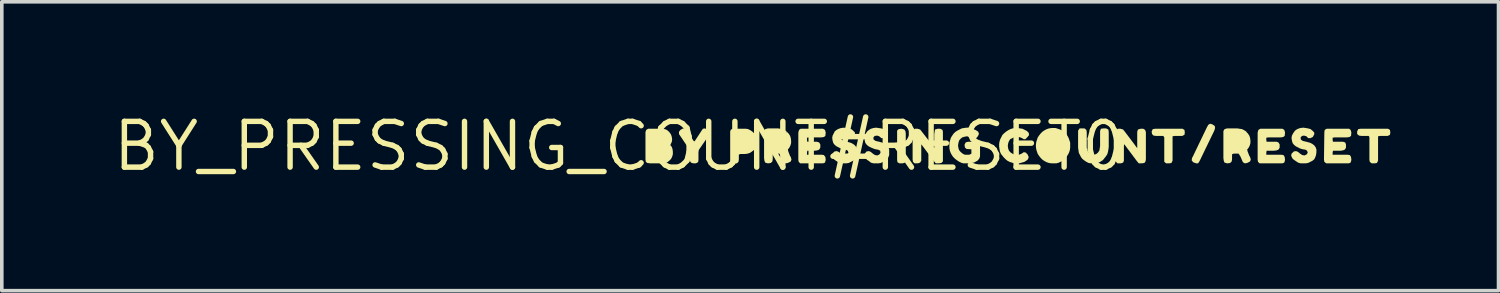
<source format=kicad_pcb>
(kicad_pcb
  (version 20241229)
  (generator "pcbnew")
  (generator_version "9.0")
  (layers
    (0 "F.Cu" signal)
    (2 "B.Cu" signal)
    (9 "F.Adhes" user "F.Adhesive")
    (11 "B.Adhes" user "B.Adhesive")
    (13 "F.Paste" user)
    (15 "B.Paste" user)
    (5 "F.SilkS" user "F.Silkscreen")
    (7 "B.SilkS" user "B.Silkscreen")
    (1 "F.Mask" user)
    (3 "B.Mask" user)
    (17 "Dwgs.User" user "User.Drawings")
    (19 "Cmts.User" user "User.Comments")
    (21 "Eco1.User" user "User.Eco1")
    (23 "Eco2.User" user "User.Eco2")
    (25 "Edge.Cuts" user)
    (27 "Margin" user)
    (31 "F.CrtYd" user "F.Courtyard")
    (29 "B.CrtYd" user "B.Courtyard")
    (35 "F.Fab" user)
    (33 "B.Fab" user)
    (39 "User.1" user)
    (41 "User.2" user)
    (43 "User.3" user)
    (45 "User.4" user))
  (footprint "BY_PRESSING_COUNT#RESET0"
    (layer "F.Cu")
    (at 14.128 1.006)
    (property "Reference" "BY_PRESSING_COUNT#RESET0" (at 0 0 0) (layer "F.SilkS") (effects (font (size 1.27 1.27) (thickness 0.15))))
    (fp_poly (pts (xy 7.903 -0.464) (xy 7.935 -0.422) (xy 7.945 -0.35) (xy 7.945 0.401) (xy 7.924 0.454) (xy 7.861 0.475) (xy 7.769 0.475) (xy 7.715 0.443) (xy 7.705 0.38) (xy 7.705 -0.432) (xy 7.748 -0.475) (xy 7.83 -0.485)) (stroke (width 0) (type solid)) (fill yes) (layer "F.SilkS"))
    (fp_poly (pts (xy 16.452 -0.605) (xy 16.514 -0.563) (xy 16.525 -0.51) (xy 16.505 -0.438) (xy 16.094 0.412) (xy 16.053 0.475) (xy 15.999 0.475) (xy 15.917 0.444) (xy 15.875 0.391) (xy 15.885 0.328) (xy 15.916 0.268) (xy 16.296 -0.522) (xy 16.336 -0.594) (xy 16.389 -0.625)) (stroke (width 0) (type solid)) (fill yes) (layer "F.SilkS"))
    (fp_poly (pts (xy 15.675 -0.453) (xy 15.685 -0.38) (xy 15.675 -0.317) (xy 15.611 -0.285) (xy 15.4 -0.285) (xy 15.345 -0.276) (xy 15.345 0.401) (xy 15.313 0.465) (xy 15.25 0.475) (xy 15.168 0.475) (xy 15.115 0.432) (xy 15.115 -0.248) (xy 15.088 -0.285) (xy 14.89 -0.285) (xy 14.818 -0.295) (xy 14.775 -0.338) (xy 14.765 -0.411) (xy 14.797 -0.475) (xy 14.87 -0.485) (xy 15.621 -0.485)) (stroke (width 0) (type solid)) (fill yes) (layer "F.SilkS"))
    (fp_poly (pts (xy 21.375 -0.453) (xy 21.385 -0.38) (xy 21.375 -0.317) (xy 21.311 -0.285) (xy 21.1 -0.285) (xy 21.045 -0.276) (xy 21.045 0.401) (xy 21.013 0.465) (xy 20.95 0.475) (xy 20.868 0.475) (xy 20.815 0.433) (xy 20.805 0.37) (xy 20.805 -0.249) (xy 20.787 -0.285) (xy 20.59 -0.285) (xy 20.518 -0.295) (xy 20.465 -0.338) (xy 20.465 -0.411) (xy 20.497 -0.475) (xy 20.56 -0.485) (xy 21.321 -0.485)) (stroke (width 0) (type solid)) (fill yes) (layer "F.SilkS"))
    (fp_poly (pts (xy 1.833 -0.485) (xy 1.874 -0.433) (xy 2.063 -0.144) (xy 2.088 -0.136) (xy 2.276 -0.423) (xy 2.317 -0.484) (xy 2.371 -0.495) (xy 2.443 -0.464) (xy 2.495 -0.412) (xy 2.505 -0.359) (xy 2.474 -0.288) (xy 2.205 0.102) (xy 2.195 0.17) (xy 2.195 0.38) (xy 2.185 0.443) (xy 2.121 0.475) (xy 2.049 0.475) (xy 1.987 0.454) (xy 1.955 0.401) (xy 1.955 0.121) (xy 1.926 0.063) (xy 1.696 -0.277) (xy 1.655 -0.338) (xy 1.655 -0.402) (xy 1.697 -0.454) (xy 1.769 -0.495)) (stroke (width 0) (type solid)) (fill yes) (layer "F.SilkS"))
    (fp_poly (pts (xy 1.292 -0.465) (xy 1.343 -0.434) (xy 1.394 -0.383) (xy 1.435 -0.322) (xy 1.455 -0.261) (xy 1.465 -0.19) (xy 1.455 -0.118) (xy 1.425 -0.058) (xy 1.416 -0.031) (xy 1.454 0.018) (xy 1.475 0.079) (xy 1.485 0.15) (xy 1.485 0.221) (xy 1.465 0.292) (xy 1.434 0.353) (xy 1.383 0.404) (xy 1.332 0.444) (xy 1.271 0.465) (xy 1.2 0.475) (xy 0.86 0.475) (xy 0.778 0.465) (xy 0.735 0.433) (xy 0.725 0.36) (xy 0.725 -0.391) (xy 0.746 -0.453) (xy 0.799 -0.485) (xy 1.221 -0.485)) (stroke (width 0) (type solid)) (fill yes) (layer "F.SilkS"))
    (fp_poly (pts (xy 8.343 -0.464) (xy 8.384 -0.413) (xy 8.594 -0.143) (xy 8.735 0.054) (xy 8.735 -0.33) (xy 8.745 -0.401) (xy 8.756 -0.464) (xy 8.829 -0.485) (xy 8.901 -0.485) (xy 8.965 -0.453) (xy 8.975 -0.39) (xy 8.975 0.422) (xy 8.932 0.465) (xy 8.85 0.475) (xy 8.778 0.475) (xy 8.726 0.413) (xy 8.375 -0.055) (xy 8.375 0.401) (xy 8.343 0.454) (xy 8.281 0.475) (xy 8.188 0.475) (xy 8.145 0.432) (xy 8.135 0.37) (xy 8.135 -0.37) (xy 8.145 -0.443) (xy 8.198 -0.485) (xy 8.271 -0.485)) (stroke (width 0) (type solid)) (fill yes) (layer "F.SilkS"))
    (fp_poly (pts (xy 13.973 -0.464) (xy 14.014 -0.413) (xy 14.264 -0.083) (xy 14.365 0.055) (xy 14.365 -0.401) (xy 14.386 -0.464) (xy 14.459 -0.485) (xy 14.531 -0.485) (xy 14.584 -0.453) (xy 14.605 -0.391) (xy 14.605 0.36) (xy 14.595 0.422) (xy 14.563 0.465) (xy 14.48 0.475) (xy 14.408 0.475) (xy 14.356 0.413) (xy 14.003 -0.058) (xy 13.995 -0.01) (xy 13.995 0.401) (xy 13.974 0.454) (xy 13.911 0.475) (xy 13.818 0.475) (xy 13.775 0.432) (xy 13.765 0.37) (xy 13.765 -0.37) (xy 13.775 -0.443) (xy 13.828 -0.485) (xy 13.901 -0.485)) (stroke (width 0) (type solid)) (fill yes) (layer "F.SilkS"))
    (fp_poly (pts (xy 3.572 -0.475) (xy 3.633 -0.444) (xy 3.693 -0.404) (xy 3.744 -0.353) (xy 3.784 -0.303) (xy 3.825 -0.221) (xy 3.825 -0.079) (xy 3.805 -0.018) (xy 3.774 0.053) (xy 3.734 0.104) (xy 3.683 0.144) (xy 3.627 0.182) (xy 3.627 0.183) (xy 3.622 0.185) (xy 3.618 0.187) (xy 3.617 0.186) (xy 3.561 0.205) (xy 3.49 0.215) (xy 3.361 0.215) (xy 3.315 0.233) (xy 3.315 0.37) (xy 3.305 0.432) (xy 3.262 0.475) (xy 3.179 0.475) (xy 3.107 0.454) (xy 3.075 0.412) (xy 3.075 -0.411) (xy 3.096 -0.464) (xy 3.159 -0.485) (xy 3.51 -0.485)) (stroke (width 0) (type solid)) (fill yes) (layer "F.SilkS"))
    (fp_poly (pts (xy 5.704 -0.453) (xy 5.725 -0.38) (xy 5.715 -0.287) (xy 5.672 -0.255) (xy 5.6 -0.245) (xy 5.26 -0.245) (xy 5.205 -0.236) (xy 5.205 -0.17) (xy 5.214 -0.125) (xy 5.481 -0.125) (xy 5.543 -0.104) (xy 5.575 -0.051) (xy 5.575 0.041) (xy 5.543 0.094) (xy 5.491 0.115) (xy 5.41 0.125) (xy 5.214 0.125) (xy 5.205 0.18) (xy 5.205 0.235) (xy 5.61 0.235) (xy 5.673 0.245) (xy 5.715 0.298) (xy 5.725 0.38) (xy 5.704 0.454) (xy 5.651 0.475) (xy 5.018 0.475) (xy 4.975 0.432) (xy 4.965 0.37) (xy 4.965 -0.381) (xy 4.986 -0.453) (xy 5.028 -0.485) (xy 5.651 -0.485)) (stroke (width 0) (type solid)) (fill yes) (layer "F.SilkS"))
    (fp_poly (pts (xy 18.444 -0.453) (xy 18.465 -0.38) (xy 18.455 -0.287) (xy 18.412 -0.255) (xy 18.34 -0.245) (xy 18 -0.245) (xy 17.945 -0.236) (xy 17.945 -0.17) (xy 17.954 -0.125) (xy 18.231 -0.125) (xy 18.283 -0.104) (xy 18.315 -0.051) (xy 18.315 0.041) (xy 18.283 0.094) (xy 18.231 0.115) (xy 18.15 0.125) (xy 17.954 0.125) (xy 17.945 0.18) (xy 17.945 0.235) (xy 18.35 0.235) (xy 18.423 0.245) (xy 18.455 0.298) (xy 18.465 0.38) (xy 18.444 0.454) (xy 18.391 0.475) (xy 17.758 0.475) (xy 17.715 0.432) (xy 17.705 0.37) (xy 17.705 -0.381) (xy 17.726 -0.453) (xy 17.779 -0.485) (xy 18.391 -0.485)) (stroke (width 0) (type solid)) (fill yes) (layer "F.SilkS"))
    (fp_poly (pts (xy 20.284 -0.453) (xy 20.305 -0.38) (xy 20.295 -0.287) (xy 20.252 -0.255) (xy 20.18 -0.245) (xy 19.84 -0.245) (xy 19.785 -0.236) (xy 19.785 -0.17) (xy 19.794 -0.125) (xy 20.071 -0.125) (xy 20.134 -0.104) (xy 20.155 -0.051) (xy 20.155 0.041) (xy 20.123 0.094) (xy 20.071 0.115) (xy 20 0.125) (xy 19.794 0.125) (xy 19.785 0.18) (xy 19.785 0.235) (xy 20.19 0.235) (xy 20.263 0.245) (xy 20.295 0.298) (xy 20.305 0.38) (xy 20.284 0.454) (xy 20.231 0.475) (xy 19.608 0.475) (xy 19.555 0.433) (xy 19.545 0.37) (xy 19.555 -0.38) (xy 19.565 -0.453) (xy 19.619 -0.485) (xy 20.242 -0.485)) (stroke (width 0) (type solid)) (fill yes) (layer "F.SilkS"))
    (fp_poly (pts (xy 4.521 -0.475) (xy 4.593 -0.444) (xy 4.647 -0.401) (xy 4.6 -0.347) (xy 4.65 -0.397) (xy 4.694 -0.353) (xy 4.735 -0.292) (xy 4.755 -0.231) (xy 4.765 -0.16) (xy 4.765 -0.089) (xy 4.745 -0.018) (xy 4.714 0.043) (xy 4.675 0.091) (xy 4.685 0.139) (xy 4.734 0.268) (xy 4.755 0.298) (xy 4.775 0.37) (xy 4.754 0.424) (xy 4.672 0.465) (xy 4.609 0.475) (xy 4.556 0.443) (xy 4.486 0.282) (xy 4.437 0.205) (xy 4.301 0.205) (xy 4.255 0.223) (xy 4.255 0.36) (xy 4.245 0.422) (xy 4.202 0.465) (xy 4.12 0.475) (xy 4.046 0.454) (xy 4.025 0.401) (xy 4.015 0.33) (xy 4.015 -0.421) (xy 4.047 -0.474) (xy 4.119 -0.495) (xy 4.4 -0.495)) (stroke (width 0) (type solid)) (fill yes) (layer "F.SilkS"))
    (fp_poly (pts (xy 17.201 -0.485) (xy 17.272 -0.475) (xy 17.333 -0.444) (xy 17.398 -0.401) (xy 17.392 -0.395) (xy 17.434 -0.353) (xy 17.475 -0.292) (xy 17.495 -0.231) (xy 17.505 -0.16) (xy 17.505 -0.089) (xy 17.485 -0.018) (xy 17.454 0.043) (xy 17.415 0.091) (xy 17.425 0.139) (xy 17.474 0.268) (xy 17.495 0.298) (xy 17.515 0.37) (xy 17.494 0.424) (xy 17.412 0.465) (xy 17.349 0.475) (xy 17.296 0.443) (xy 17.226 0.282) (xy 17.177 0.205) (xy 17.041 0.205) (xy 16.995 0.223) (xy 16.995 0.36) (xy 16.985 0.422) (xy 16.942 0.465) (xy 16.86 0.475) (xy 16.786 0.454) (xy 16.765 0.401) (xy 16.755 0.33) (xy 16.755 -0.421) (xy 16.787 -0.474) (xy 16.859 -0.495) (xy 17.14 -0.495)) (stroke (width 0) (type solid)) (fill yes) (layer "F.SilkS"))
    (fp_poly (pts (xy 12.955 -0.453) (xy 12.965 -0.38) (xy 12.965 0.03) (xy 12.975 0.098) (xy 13.004 0.157) (xy 13.043 0.206) (xy 13.101 0.235) (xy 13.169 0.235) (xy 13.228 0.216) (xy 13.276 0.177) (xy 13.315 0.118) (xy 13.325 0.059) (xy 13.335 -0.01) (xy 13.335 -0.421) (xy 13.356 -0.485) (xy 13.43 -0.495) (xy 13.501 -0.495) (xy 13.565 -0.463) (xy 13.575 -0.39) (xy 13.575 0.02) (xy 13.565 0.091) (xy 13.555 0.151) (xy 13.535 0.222) (xy 13.494 0.283) (xy 13.454 0.333) (xy 13.413 0.384) (xy 13.353 0.424) (xy 13.292 0.455) (xy 13.231 0.475) (xy 13.09 0.475) (xy 13.018 0.465) (xy 12.957 0.434) (xy 12.897 0.394) (xy 12.846 0.354) (xy 12.806 0.303) (xy 12.745 0.182) (xy 12.735 0.111) (xy 12.725 0.04) (xy 12.725 -0.432) (xy 12.767 -0.495) (xy 12.902 -0.495)) (stroke (width 0) (type solid)) (fill yes) (layer "F.SilkS"))
    (fp_poly (pts (xy 12.162 -0.485) (xy 12.222 -0.465) (xy 12.283 -0.434) (xy 12.343 -0.384) (xy 12.394 -0.343) (xy 12.434 -0.283) (xy 12.465 -0.222) (xy 12.485 -0.162) (xy 12.505 -0.101) (xy 12.505 0.04) (xy 12.495 0.111) (xy 12.475 0.172) (xy 12.444 0.233) (xy 12.404 0.293) (xy 12.364 0.344) (xy 12.303 0.394) (xy 12.252 0.424) (xy 12.192 0.455) (xy 12.121 0.475) (xy 11.99 0.475) (xy 11.919 0.465) (xy 11.858 0.445) (xy 11.797 0.414) (xy 11.737 0.374) (xy 11.686 0.323) (xy 11.646 0.273) (xy 11.609 0.217) (xy 11.607 0.218) (xy 11.605 0.212) (xy 11.603 0.208) (xy 11.604 0.208) (xy 11.585 0.152) (xy 11.565 0.091) (xy 11.555 0.02) (xy 11.555 -0.05) (xy 11.565 -0.121) (xy 11.585 -0.182) (xy 11.605 -0.242) (xy 11.646 -0.303) (xy 11.686 -0.353) (xy 11.737 -0.404) (xy 11.797 -0.444) (xy 11.858 -0.475) (xy 11.919 -0.495) (xy 11.99 -0.505) (xy 12.101 -0.505)) (stroke (width 0) (type solid)) (fill yes) (layer "F.SilkS"))
    (fp_poly (pts (xy 11.111 -0.495) (xy 11.182 -0.485) (xy 11.303 -0.424) (xy 11.355 -0.372) (xy 11.365 -0.309) (xy 11.314 -0.247) (xy 11.262 -0.195) (xy 11.219 -0.195) (xy 11.148 -0.235) (xy 11.089 -0.255) (xy 11.02 -0.265) (xy 10.962 -0.255) (xy 10.843 -0.196) (xy 10.805 -0.138) (xy 10.785 -0.079) (xy 10.775 -0.01) (xy 10.785 0.059) (xy 10.804 0.118) (xy 10.843 0.166) (xy 10.903 0.206) (xy 10.961 0.235) (xy 11.089 0.235) (xy 11.158 0.206) (xy 11.219 0.165) (xy 11.272 0.175) (xy 11.324 0.227) (xy 11.355 0.3) (xy 11.334 0.363) (xy 11.283 0.404) (xy 11.232 0.435) (xy 11.161 0.455) (xy 11.091 0.475) (xy 10.959 0.475) (xy 10.889 0.455) (xy 10.828 0.435) (xy 10.767 0.404) (xy 10.717 0.364) (xy 10.666 0.313) (xy 10.626 0.263) (xy 10.586 0.213) (xy 10.555 0.141) (xy 10.545 0.081) (xy 10.535 0.01) (xy 10.535 -0.06) (xy 10.545 -0.131) (xy 10.565 -0.192) (xy 10.626 -0.313) (xy 10.677 -0.364) (xy 10.727 -0.404) (xy 10.787 -0.444) (xy 10.848 -0.475) (xy 10.909 -0.495) (xy 10.98 -0.505) (xy 11.04 -0.505)) (stroke (width 0) (type solid)) (fill yes) (layer "F.SilkS"))
    (fp_poly (pts (xy 6.301 -0.505) (xy 6.361 -0.495) (xy 6.432 -0.475) (xy 6.483 -0.434) (xy 6.535 -0.382) (xy 6.535 -0.328) (xy 6.483 -0.256) (xy 6.431 -0.225) (xy 6.368 -0.225) (xy 6.308 -0.276) (xy 6.25 -0.295) (xy 6.193 -0.285) (xy 6.155 -0.239) (xy 6.165 -0.183) (xy 6.222 -0.145) (xy 6.351 -0.115) (xy 6.422 -0.095) (xy 6.483 -0.064) (xy 6.534 -0.024) (xy 6.575 0.028) (xy 6.585 0.089) (xy 6.595 0.17) (xy 6.585 0.241) (xy 6.565 0.302) (xy 6.534 0.363) (xy 6.483 0.404) (xy 6.362 0.465) (xy 6.29 0.475) (xy 6.159 0.475) (xy 6.088 0.455) (xy 6.027 0.414) (xy 5.967 0.374) (xy 5.926 0.333) (xy 5.895 0.261) (xy 5.905 0.208) (xy 5.968 0.145) (xy 6.031 0.135) (xy 6.083 0.156) (xy 6.143 0.206) (xy 6.202 0.245) (xy 6.269 0.255) (xy 6.326 0.226) (xy 6.355 0.179) (xy 6.336 0.124) (xy 6.278 0.095) (xy 6.219 0.085) (xy 6.148 0.065) (xy 6.027 0.004) (xy 5.976 -0.036) (xy 5.935 -0.088) (xy 5.915 -0.159) (xy 5.905 -0.23) (xy 5.915 -0.292) (xy 5.976 -0.413) (xy 6.027 -0.454) (xy 6.088 -0.485) (xy 6.149 -0.505) (xy 6.23 -0.515)) (stroke (width 0) (type solid)) (fill yes) (layer "F.SilkS"))
    (fp_poly (pts (xy 7.191 -0.505) (xy 7.261 -0.495) (xy 7.333 -0.474) (xy 7.374 -0.434) (xy 7.425 -0.382) (xy 7.425 -0.329) (xy 7.384 -0.256) (xy 7.331 -0.225) (xy 7.268 -0.225) (xy 7.208 -0.276) (xy 7.15 -0.295) (xy 7.083 -0.285) (xy 7.045 -0.239) (xy 7.055 -0.183) (xy 7.112 -0.145) (xy 7.241 -0.115) (xy 7.312 -0.095) (xy 7.373 -0.064) (xy 7.424 -0.024) (xy 7.464 0.028) (xy 7.485 0.089) (xy 7.485 0.241) (xy 7.465 0.302) (xy 7.424 0.363) (xy 7.373 0.404) (xy 7.252 0.465) (xy 7.19 0.475) (xy 7.049 0.475) (xy 6.978 0.455) (xy 6.927 0.414) (xy 6.867 0.374) (xy 6.826 0.333) (xy 6.784 0.26) (xy 6.806 0.207) (xy 6.857 0.145) (xy 6.921 0.135) (xy 6.973 0.156) (xy 7.033 0.206) (xy 7.092 0.245) (xy 7.159 0.255) (xy 7.216 0.226) (xy 7.245 0.179) (xy 7.235 0.123) (xy 7.178 0.095) (xy 7.109 0.085) (xy 7.048 0.065) (xy 6.978 0.035) (xy 6.917 0.004) (xy 6.866 -0.036) (xy 6.825 -0.088) (xy 6.805 -0.159) (xy 6.805 -0.23) (xy 6.815 -0.291) (xy 6.835 -0.352) (xy 6.876 -0.413) (xy 6.927 -0.454) (xy 6.978 -0.485) (xy 7.049 -0.505) (xy 7.12 -0.515)) (stroke (width 0) (type solid)) (fill yes) (layer "F.SilkS"))
    (fp_poly (pts (xy 19.041 -0.505) (xy 19.101 -0.495) (xy 19.172 -0.475) (xy 19.223 -0.434) (xy 19.275 -0.382) (xy 19.275 -0.329) (xy 19.234 -0.256) (xy 19.171 -0.225) (xy 19.108 -0.225) (xy 19.057 -0.276) (xy 18.99 -0.295) (xy 18.933 -0.285) (xy 18.895 -0.239) (xy 18.905 -0.183) (xy 18.962 -0.145) (xy 19.091 -0.115) (xy 19.162 -0.095) (xy 19.223 -0.064) (xy 19.274 -0.024) (xy 19.314 0.028) (xy 19.335 0.089) (xy 19.335 0.17) (xy 19.325 0.241) (xy 19.305 0.302) (xy 19.274 0.363) (xy 19.223 0.404) (xy 19.102 0.465) (xy 19.03 0.475) (xy 18.899 0.475) (xy 18.828 0.455) (xy 18.767 0.414) (xy 18.707 0.374) (xy 18.666 0.333) (xy 18.635 0.261) (xy 18.645 0.208) (xy 18.708 0.145) (xy 18.771 0.135) (xy 18.823 0.156) (xy 18.883 0.206) (xy 18.942 0.245) (xy 19.009 0.255) (xy 19.066 0.226) (xy 19.095 0.179) (xy 19.076 0.123) (xy 19.028 0.095) (xy 18.959 0.085) (xy 18.888 0.065) (xy 18.767 0.004) (xy 18.716 -0.036) (xy 18.675 -0.088) (xy 18.655 -0.159) (xy 18.645 -0.23) (xy 18.655 -0.292) (xy 18.686 -0.353) (xy 18.726 -0.413) (xy 18.767 -0.454) (xy 18.828 -0.485) (xy 18.889 -0.505) (xy 18.97 -0.515)) (stroke (width 0) (type solid)) (fill yes) (layer "F.SilkS"))
    (fp_poly (pts (xy 9.762 -0.495) (xy 9.822 -0.475) (xy 9.892 -0.444) (xy 9.954 -0.403) (xy 9.975 -0.34) (xy 9.944 -0.277) (xy 9.893 -0.215) (xy 9.839 -0.205) (xy 9.709 -0.265) (xy 9.64 -0.275) (xy 9.581 -0.265) (xy 9.512 -0.245) (xy 9.464 -0.206) (xy 9.425 -0.158) (xy 9.405 -0.089) (xy 9.395 -0.02) (xy 9.405 0.049) (xy 9.424 0.108) (xy 9.464 0.156) (xy 9.523 0.206) (xy 9.581 0.235) (xy 9.709 0.235) (xy 9.765 0.207) (xy 9.765 0.085) (xy 9.628 0.075) (xy 9.585 0.032) (xy 9.575 -0.041) (xy 9.606 -0.104) (xy 9.669 -0.125) (xy 9.881 -0.125) (xy 9.952 -0.105) (xy 9.995 -0.073) (xy 10.005 -0.000355) (xy 10.005 0.281) (xy 9.984 0.342) (xy 9.943 0.394) (xy 9.892 0.424) (xy 9.832 0.455) (xy 9.761 0.465) (xy 9.69 0.475) (xy 9.539 0.475) (xy 9.478 0.455) (xy 9.417 0.424) (xy 9.357 0.384) (xy 9.307 0.344) (xy 9.256 0.293) (xy 9.216 0.233) (xy 9.185 0.172) (xy 9.165 0.111) (xy 9.155 0.04) (xy 9.155 -0.101) (xy 9.175 -0.161) (xy 9.195 -0.232) (xy 9.226 -0.283) (xy 9.266 -0.343) (xy 9.317 -0.394) (xy 9.377 -0.434) (xy 9.498 -0.495) (xy 9.559 -0.505) (xy 9.63 -0.515) (xy 9.701 -0.515)) (stroke (width 0) (type solid)) (fill yes) (layer "F.SilkS")))
  (gr_rect
    (start -3 -3)
    (end 38.514 5.012)
    (stroke (width 0.1) (type default))
    (fill no)
    (layer "Edge.Cuts")))
</source>
